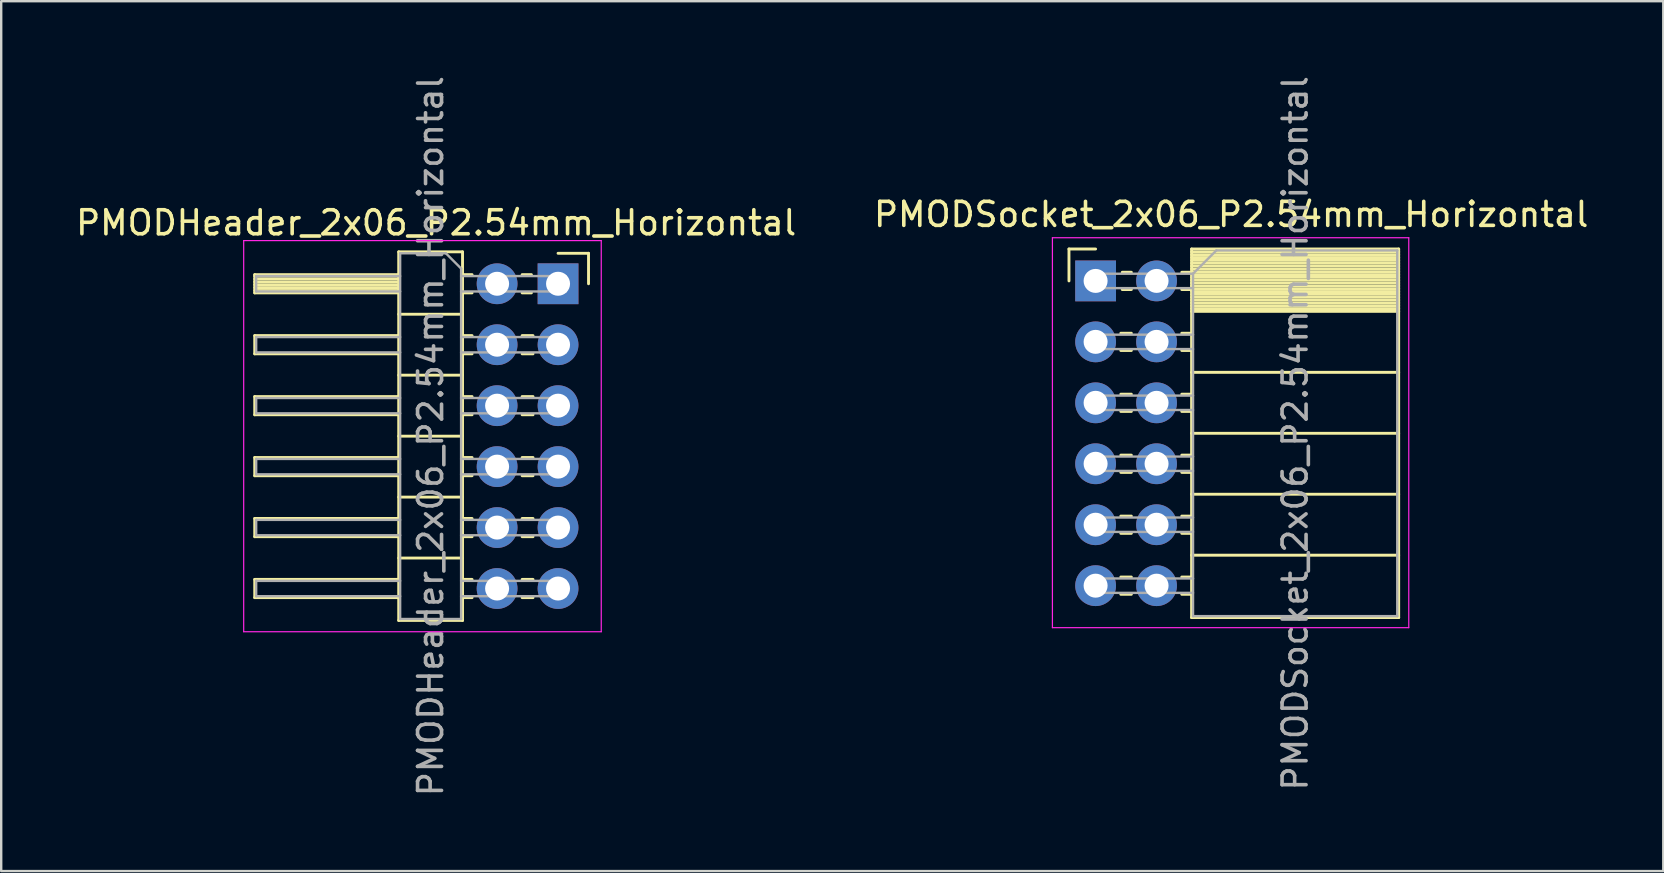
<source format=kicad_pcb>
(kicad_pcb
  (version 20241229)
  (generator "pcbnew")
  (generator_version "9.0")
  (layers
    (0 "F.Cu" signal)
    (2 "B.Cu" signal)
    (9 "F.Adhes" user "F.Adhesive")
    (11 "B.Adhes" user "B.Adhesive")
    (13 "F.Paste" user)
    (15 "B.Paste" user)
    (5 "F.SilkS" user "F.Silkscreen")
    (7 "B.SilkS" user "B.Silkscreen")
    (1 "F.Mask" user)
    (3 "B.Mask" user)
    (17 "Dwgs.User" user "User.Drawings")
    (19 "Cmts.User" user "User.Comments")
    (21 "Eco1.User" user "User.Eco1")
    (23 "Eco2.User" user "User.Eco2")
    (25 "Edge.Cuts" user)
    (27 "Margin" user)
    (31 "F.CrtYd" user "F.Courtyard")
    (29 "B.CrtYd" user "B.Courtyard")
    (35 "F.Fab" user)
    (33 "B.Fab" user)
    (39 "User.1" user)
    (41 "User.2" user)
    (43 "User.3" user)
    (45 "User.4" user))
  (footprint "PMODSocket_2x06_P2.54mm_Horizontal"
    (layer "F.Cu")
    (at 42.606 8.656)
    (property "Reference" "PMODSocket_2x06_P2.54mm_Horizontal" (at 5.65 -2.77 0) (layer "F.SilkS") (effects (font (size 1 1) (thickness 0.15))))
    (attr through_hole)
    (fp_line (start -1.11 -1.33) (end -1.11 0) (stroke (width 0.12) (type solid)) (layer "F.SilkS"))
    (fp_line (start 0 -1.33) (end -1.11 -1.33) (stroke (width 0.12) (type solid)) (layer "F.SilkS"))
    (fp_line (start 1.49 -0.36) (end 1.11 -0.36) (stroke (width 0.12) (type solid)) (layer "F.SilkS"))
    (fp_line (start 1.49 0.36) (end 1.11 0.36) (stroke (width 0.12) (type solid)) (layer "F.SilkS"))
    (fp_line (start 1.49 2.18) (end 1.05 2.18) (stroke (width 0.12) (type solid)) (layer "F.SilkS"))
    (fp_line (start 1.49 2.9) (end 1.05 2.9) (stroke (width 0.12) (type solid)) (layer "F.SilkS"))
    (fp_line (start 1.49 4.72) (end 1.05 4.72) (stroke (width 0.12) (type solid)) (layer "F.SilkS"))
    (fp_line (start 1.49 5.44) (end 1.05 5.44) (stroke (width 0.12) (type solid)) (layer "F.SilkS"))
    (fp_line (start 1.49 7.26) (end 1.05 7.26) (stroke (width 0.12) (type solid)) (layer "F.SilkS"))
    (fp_line (start 1.49 7.98) (end 1.05 7.98) (stroke (width 0.12) (type solid)) (layer "F.SilkS"))
    (fp_line (start 1.49 9.8) (end 1.05 9.8) (stroke (width 0.12) (type solid)) (layer "F.SilkS"))
    (fp_line (start 1.49 10.52) (end 1.05 10.52) (stroke (width 0.12) (type solid)) (layer "F.SilkS"))
    (fp_line (start 1.49 12.34) (end 1.05 12.34) (stroke (width 0.12) (type solid)) (layer "F.SilkS"))
    (fp_line (start 1.49 13.06) (end 1.05 13.06) (stroke (width 0.12) (type solid)) (layer "F.SilkS"))
    (fp_line (start 4 -1.33) (end 4 14.03) (stroke (width 0.12) (type solid)) (layer "F.SilkS"))
    (fp_line (start 4 -0.36) (end 3.59 -0.36) (stroke (width 0.12) (type solid)) (layer "F.SilkS"))
    (fp_line (start 4 0.36) (end 3.59 0.36) (stroke (width 0.12) (type solid)) (layer "F.SilkS"))
    (fp_line (start 4 2.18) (end 3.59 2.18) (stroke (width 0.12) (type solid)) (layer "F.SilkS"))
    (fp_line (start 4 2.9) (end 3.59 2.9) (stroke (width 0.12) (type solid)) (layer "F.SilkS"))
    (fp_line (start 4 4.72) (end 3.59 4.72) (stroke (width 0.12) (type solid)) (layer "F.SilkS"))
    (fp_line (start 4 5.44) (end 3.59 5.44) (stroke (width 0.12) (type solid)) (layer "F.SilkS"))
    (fp_line (start 4 7.26) (end 3.59 7.26) (stroke (width 0.12) (type solid)) (layer "F.SilkS"))
    (fp_line (start 4 7.98) (end 3.59 7.98) (stroke (width 0.12) (type solid)) (layer "F.SilkS"))
    (fp_line (start 4 9.8) (end 3.59 9.8) (stroke (width 0.12) (type solid)) (layer "F.SilkS"))
    (fp_line (start 4 10.52) (end 3.59 10.52) (stroke (width 0.12) (type solid)) (layer "F.SilkS"))
    (fp_line (start 4 12.34) (end 3.59 12.34) (stroke (width 0.12) (type solid)) (layer "F.SilkS"))
    (fp_line (start 4 13.06) (end 3.59 13.06) (stroke (width 0.12) (type solid)) (layer "F.SilkS"))
    (fp_line (start 12.63 -1.33) (end 4 -1.33) (stroke (width 0.12) (type solid)) (layer "F.SilkS"))
    (fp_line (start 12.63 -1.33) (end 12.63 14.03) (stroke (width 0.12) (type solid)) (layer "F.SilkS"))
    (fp_line (start 12.63 -1.21) (end 4 -1.21) (stroke (width 0.12) (type solid)) (layer "F.SilkS"))
    (fp_line (start 12.63 -1.092) (end 4 -1.092) (stroke (width 0.12) (type solid)) (layer "F.SilkS"))
    (fp_line (start 12.63 -0.974) (end 4 -0.974) (stroke (width 0.12) (type solid)) (layer "F.SilkS"))
    (fp_line (start 12.63 -0.856) (end 4 -0.856) (stroke (width 0.12) (type solid)) (layer "F.SilkS"))
    (fp_line (start 12.63 -0.738) (end 4 -0.738) (stroke (width 0.12) (type solid)) (layer "F.SilkS"))
    (fp_line (start 12.63 -0.62) (end 4 -0.62) (stroke (width 0.12) (type solid)) (layer "F.SilkS"))
    (fp_line (start 12.63 -0.501) (end 4 -0.501) (stroke (width 0.12) (type solid)) (layer "F.SilkS"))
    (fp_line (start 12.63 -0.383) (end 4 -0.383) (stroke (width 0.12) (type solid)) (layer "F.SilkS"))
    (fp_line (start 12.63 -0.265) (end 4 -0.265) (stroke (width 0.12) (type solid)) (layer "F.SilkS"))
    (fp_line (start 12.63 -0.147) (end 4 -0.147) (stroke (width 0.12) (type solid)) (layer "F.SilkS"))
    (fp_line (start 12.63 -0.029) (end 4 -0.029) (stroke (width 0.12) (type solid)) (layer "F.SilkS"))
    (fp_line (start 12.63 0.089) (end 4 0.089) (stroke (width 0.12) (type solid)) (layer "F.SilkS"))
    (fp_line (start 12.63 0.207) (end 4 0.207) (stroke (width 0.12) (type solid)) (layer "F.SilkS"))
    (fp_line (start 12.63 0.325) (end 4 0.325) (stroke (width 0.12) (type solid)) (layer "F.SilkS"))
    (fp_line (start 12.63 0.443) (end 4 0.443) (stroke (width 0.12) (type solid)) (layer "F.SilkS"))
    (fp_line (start 12.63 0.561) (end 4 0.561) (stroke (width 0.12) (type solid)) (layer "F.SilkS"))
    (fp_line (start 12.63 0.68) (end 4 0.68) (stroke (width 0.12) (type solid)) (layer "F.SilkS"))
    (fp_line (start 12.63 0.798) (end 4 0.798) (stroke (width 0.12) (type solid)) (layer "F.SilkS"))
    (fp_line (start 12.63 0.916) (end 4 0.916) (stroke (width 0.12) (type solid)) (layer "F.SilkS"))
    (fp_line (start 12.63 1.034) (end 4 1.034) (stroke (width 0.12) (type solid)) (layer "F.SilkS"))
    (fp_line (start 12.63 1.152) (end 4 1.152) (stroke (width 0.12) (type solid)) (layer "F.SilkS"))
    (fp_line (start 12.63 1.27) (end 4 1.27) (stroke (width 0.12) (type solid)) (layer "F.SilkS"))
    (fp_line (start 12.63 3.81) (end 4 3.81) (stroke (width 0.12) (type solid)) (layer "F.SilkS"))
    (fp_line (start 12.63 6.35) (end 4 6.35) (stroke (width 0.12) (type solid)) (layer "F.SilkS"))
    (fp_line (start 12.63 8.89) (end 4 8.89) (stroke (width 0.12) (type solid)) (layer "F.SilkS"))
    (fp_line (start 12.63 11.43) (end 4 11.43) (stroke (width 0.12) (type solid)) (layer "F.SilkS"))
    (fp_line (start 12.63 14.03) (end 4 14.03) (stroke (width 0.12) (type solid)) (layer "F.SilkS"))
    (fp_line (start -1.8 -1.8) (end 13.05 -1.8) (stroke (width 0.05) (type solid)) (layer "F.CrtYd"))
    (fp_line (start -1.8 14.45) (end -1.8 -1.8) (stroke (width 0.05) (type solid)) (layer "F.CrtYd"))
    (fp_line (start 13.05 -1.8) (end 13.05 14.45) (stroke (width 0.05) (type solid)) (layer "F.CrtYd"))
    (fp_line (start 13.05 14.45) (end -1.8 14.45) (stroke (width 0.05) (type solid)) (layer "F.CrtYd"))
    (fp_line (start 0 -0.3) (end 4.06 -0.3) (stroke (width 0.1) (type solid)) (layer "F.Fab"))
    (fp_line (start 0 0.3) (end 0 -0.3) (stroke (width 0.1) (type solid)) (layer "F.Fab"))
    (fp_line (start 0 2.24) (end 4.06 2.24) (stroke (width 0.1) (type solid)) (layer "F.Fab"))
    (fp_line (start 0 2.84) (end 0 2.24) (stroke (width 0.1) (type solid)) (layer "F.Fab"))
    (fp_line (start 0 4.78) (end 4.06 4.78) (stroke (width 0.1) (type solid)) (layer "F.Fab"))
    (fp_line (start 0 5.38) (end 0 4.78) (stroke (width 0.1) (type solid)) (layer "F.Fab"))
    (fp_line (start 0 7.32) (end 4.06 7.32) (stroke (width 0.1) (type solid)) (layer "F.Fab"))
    (fp_line (start 0 7.92) (end 0 7.32) (stroke (width 0.1) (type solid)) (layer "F.Fab"))
    (fp_line (start 0 9.86) (end 4.06 9.86) (stroke (width 0.1) (type solid)) (layer "F.Fab"))
    (fp_line (start 0 10.46) (end 0 9.86) (stroke (width 0.1) (type solid)) (layer "F.Fab"))
    (fp_line (start 0 12.4) (end 4.06 12.4) (stroke (width 0.1) (type solid)) (layer "F.Fab"))
    (fp_line (start 0 13) (end 0 12.4) (stroke (width 0.1) (type solid)) (layer "F.Fab"))
    (fp_line (start 4.06 -0.3) (end 4.06 13.97) (stroke (width 0.1) (type solid)) (layer "F.Fab"))
    (fp_line (start 4.06 0.3) (end 0 0.3) (stroke (width 0.1) (type solid)) (layer "F.Fab"))
    (fp_line (start 4.06 2.84) (end 0 2.84) (stroke (width 0.1) (type solid)) (layer "F.Fab"))
    (fp_line (start 4.06 5.38) (end 0 5.38) (stroke (width 0.1) (type solid)) (layer "F.Fab"))
    (fp_line (start 4.06 7.92) (end 0 7.92) (stroke (width 0.1) (type solid)) (layer "F.Fab"))
    (fp_line (start 4.06 10.46) (end 0 10.46) (stroke (width 0.1) (type solid)) (layer "F.Fab"))
    (fp_line (start 4.06 13) (end 0 13) (stroke (width 0.1) (type solid)) (layer "F.Fab"))
    (fp_line (start 4.06 13.97) (end 12.57 13.97) (stroke (width 0.1) (type solid)) (layer "F.Fab"))
    (fp_line (start 5.03 -1.27) (end 4.06 -0.3) (stroke (width 0.1) (type solid)) (layer "F.Fab"))
    (fp_line (start 12.57 -1.27) (end 5.03 -1.27) (stroke (width 0.1) (type solid)) (layer "F.Fab"))
    (fp_line (start 12.57 13.97) (end 12.57 -1.27) (stroke (width 0.1) (type solid)) (layer "F.Fab"))
    (fp_text user "${REFERENCE}" (at 8.315 6.35 90) (layer "F.Fab") (effects (font (size 1 1) (thickness 0.15))))
    (pad "1" thru_hole rect (at 0 0) (size 1.7 1.7) (drill 1) (layers "*.Cu" "*.Mask"))
    (pad "2" thru_hole oval (at 0 2.54) (size 1.7 1.7) (drill 1) (layers "*.Cu" "*.Mask"))
    (pad "3" thru_hole oval (at 0 5.08) (size 1.7 1.7) (drill 1) (layers "*.Cu" "*.Mask"))
    (pad "4" thru_hole oval (at 0 7.62) (size 1.7 1.7) (drill 1) (layers "*.Cu" "*.Mask"))
    (pad "5" thru_hole oval (at 0 10.16) (size 1.7 1.7) (drill 1) (layers "*.Cu" "*.Mask"))
    (pad "6" thru_hole oval (at 0 12.7) (size 1.7 1.7) (drill 1) (layers "*.Cu" "*.Mask"))
    (pad "7" thru_hole oval (at 2.54 0) (size 1.7 1.7) (drill 1) (layers "*.Cu" "*.Mask"))
    (pad "8" thru_hole oval (at 2.54 2.54) (size 1.7 1.7) (drill 1) (layers "*.Cu" "*.Mask"))
    (pad "9" thru_hole oval (at 2.54 5.08) (size 1.7 1.7) (drill 1) (layers "*.Cu" "*.Mask"))
    (pad "10" thru_hole oval (at 2.54 7.62) (size 1.7 1.7) (drill 1) (layers "*.Cu" "*.Mask"))
    (pad "11" thru_hole oval (at 2.54 10.16) (size 1.7 1.7) (drill 1) (layers "*.Cu" "*.Mask"))
    (pad "12" thru_hole oval (at 2.54 12.7) (size 1.7 1.7) (drill 1) (layers "*.Cu" "*.Mask")))
  (footprint "PMODHeader_2x06_P2.54mm_Horizontal"
    (layer "F.Cu")
    (at 20.205 8.775)
    (property "Reference" "PMODHeader_2x06_P2.54mm_Horizontal" (at -5.08 -2.54 0) (layer "F.SilkS") (effects (font (size 1 1) (thickness 0.15))))
    (attr through_hole)
    (fp_line (start -12.64 -0.38) (end -12.64 0.38) (stroke (width 0.12) (type solid)) (layer "F.SilkS"))
    (fp_line (start -12.64 0.38) (end -6.64 0.38) (stroke (width 0.12) (type solid)) (layer "F.SilkS"))
    (fp_line (start -12.64 2.16) (end -12.64 2.92) (stroke (width 0.12) (type solid)) (layer "F.SilkS"))
    (fp_line (start -12.64 2.92) (end -6.64 2.92) (stroke (width 0.12) (type solid)) (layer "F.SilkS"))
    (fp_line (start -12.64 4.7) (end -12.64 5.46) (stroke (width 0.12) (type solid)) (layer "F.SilkS"))
    (fp_line (start -12.64 5.46) (end -6.64 5.46) (stroke (width 0.12) (type solid)) (layer "F.SilkS"))
    (fp_line (start -12.64 7.24) (end -12.64 8) (stroke (width 0.12) (type solid)) (layer "F.SilkS"))
    (fp_line (start -12.64 8) (end -6.64 8) (stroke (width 0.12) (type solid)) (layer "F.SilkS"))
    (fp_line (start -12.64 9.78) (end -12.64 10.54) (stroke (width 0.12) (type solid)) (layer "F.SilkS"))
    (fp_line (start -12.64 10.54) (end -6.64 10.54) (stroke (width 0.12) (type solid)) (layer "F.SilkS"))
    (fp_line (start -12.64 12.32) (end -12.64 13.08) (stroke (width 0.12) (type solid)) (layer "F.SilkS"))
    (fp_line (start -12.64 13.08) (end -6.64 13.08) (stroke (width 0.12) (type solid)) (layer "F.SilkS"))
    (fp_line (start -6.64 -1.33) (end -3.98 -1.33) (stroke (width 0.12) (type solid)) (layer "F.SilkS"))
    (fp_line (start -6.64 -0.38) (end -12.64 -0.38) (stroke (width 0.12) (type solid)) (layer "F.SilkS"))
    (fp_line (start -6.64 -0.32) (end -12.64 -0.32) (stroke (width 0.12) (type solid)) (layer "F.SilkS"))
    (fp_line (start -6.64 -0.2) (end -12.64 -0.2) (stroke (width 0.12) (type solid)) (layer "F.SilkS"))
    (fp_line (start -6.64 -0.08) (end -12.64 -0.08) (stroke (width 0.12) (type solid)) (layer "F.SilkS"))
    (fp_line (start -6.64 0.04) (end -12.64 0.04) (stroke (width 0.12) (type solid)) (layer "F.SilkS"))
    (fp_line (start -6.64 0.16) (end -12.64 0.16) (stroke (width 0.12) (type solid)) (layer "F.SilkS"))
    (fp_line (start -6.64 0.28) (end -12.64 0.28) (stroke (width 0.12) (type solid)) (layer "F.SilkS"))
    (fp_line (start -6.64 2.16) (end -12.64 2.16) (stroke (width 0.12) (type solid)) (layer "F.SilkS"))
    (fp_line (start -6.64 4.7) (end -12.64 4.7) (stroke (width 0.12) (type solid)) (layer "F.SilkS"))
    (fp_line (start -6.64 7.24) (end -12.64 7.24) (stroke (width 0.12) (type solid)) (layer "F.SilkS"))
    (fp_line (start -6.64 9.78) (end -12.64 9.78) (stroke (width 0.12) (type solid)) (layer "F.SilkS"))
    (fp_line (start -6.64 12.32) (end -12.64 12.32) (stroke (width 0.12) (type solid)) (layer "F.SilkS"))
    (fp_line (start -6.64 14.03) (end -6.64 -1.33) (stroke (width 0.12) (type solid)) (layer "F.SilkS"))
    (fp_line (start -3.98 -1.33) (end -3.98 14.03) (stroke (width 0.12) (type solid)) (layer "F.SilkS"))
    (fp_line (start -3.98 1.27) (end -6.64 1.27) (stroke (width 0.12) (type solid)) (layer "F.SilkS"))
    (fp_line (start -3.98 3.81) (end -6.64 3.81) (stroke (width 0.12) (type solid)) (layer "F.SilkS"))
    (fp_line (start -3.98 6.35) (end -6.64 6.35) (stroke (width 0.12) (type solid)) (layer "F.SilkS"))
    (fp_line (start -3.98 8.89) (end -6.64 8.89) (stroke (width 0.12) (type solid)) (layer "F.SilkS"))
    (fp_line (start -3.98 11.43) (end -6.64 11.43) (stroke (width 0.12) (type solid)) (layer "F.SilkS"))
    (fp_line (start -3.98 14.03) (end -6.64 14.03) (stroke (width 0.12) (type solid)) (layer "F.SilkS"))
    (fp_line (start -3.583 -0.38) (end -3.98 -0.38) (stroke (width 0.12) (type solid)) (layer "F.SilkS"))
    (fp_line (start -3.583 0.38) (end -3.98 0.38) (stroke (width 0.12) (type solid)) (layer "F.SilkS"))
    (fp_line (start -3.583 2.16) (end -3.98 2.16) (stroke (width 0.12) (type solid)) (layer "F.SilkS"))
    (fp_line (start -3.583 2.92) (end -3.98 2.92) (stroke (width 0.12) (type solid)) (layer "F.SilkS"))
    (fp_line (start -3.583 4.7) (end -3.98 4.7) (stroke (width 0.12) (type solid)) (layer "F.SilkS"))
    (fp_line (start -3.583 5.46) (end -3.98 5.46) (stroke (width 0.12) (type solid)) (layer "F.SilkS"))
    (fp_line (start -3.583 7.24) (end -3.98 7.24) (stroke (width 0.12) (type solid)) (layer "F.SilkS"))
    (fp_line (start -3.583 8) (end -3.98 8) (stroke (width 0.12) (type solid)) (layer "F.SilkS"))
    (fp_line (start -3.583 9.78) (end -3.98 9.78) (stroke (width 0.12) (type solid)) (layer "F.SilkS"))
    (fp_line (start -3.583 10.54) (end -3.98 10.54) (stroke (width 0.12) (type solid)) (layer "F.SilkS"))
    (fp_line (start -3.583 12.32) (end -3.98 12.32) (stroke (width 0.12) (type solid)) (layer "F.SilkS"))
    (fp_line (start -3.583 13.08) (end -3.98 13.08) (stroke (width 0.12) (type solid)) (layer "F.SilkS"))
    (fp_line (start -1.11 -0.38) (end -1.497 -0.38) (stroke (width 0.12) (type solid)) (layer "F.SilkS"))
    (fp_line (start -1.11 0.38) (end -1.497 0.38) (stroke (width 0.12) (type solid)) (layer "F.SilkS"))
    (fp_line (start -1.043 2.16) (end -1.497 2.16) (stroke (width 0.12) (type solid)) (layer "F.SilkS"))
    (fp_line (start -1.043 2.92) (end -1.497 2.92) (stroke (width 0.12) (type solid)) (layer "F.SilkS"))
    (fp_line (start -1.043 4.7) (end -1.497 4.7) (stroke (width 0.12) (type solid)) (layer "F.SilkS"))
    (fp_line (start -1.043 5.46) (end -1.497 5.46) (stroke (width 0.12) (type solid)) (layer "F.SilkS"))
    (fp_line (start -1.043 7.24) (end -1.497 7.24) (stroke (width 0.12) (type solid)) (layer "F.SilkS"))
    (fp_line (start -1.043 8) (end -1.497 8) (stroke (width 0.12) (type solid)) (layer "F.SilkS"))
    (fp_line (start -1.043 9.78) (end -1.497 9.78) (stroke (width 0.12) (type solid)) (layer "F.SilkS"))
    (fp_line (start -1.043 10.54) (end -1.497 10.54) (stroke (width 0.12) (type solid)) (layer "F.SilkS"))
    (fp_line (start -1.043 12.32) (end -1.497 12.32) (stroke (width 0.12) (type solid)) (layer "F.SilkS"))
    (fp_line (start -1.043 13.08) (end -1.497 13.08) (stroke (width 0.12) (type solid)) (layer "F.SilkS"))
    (fp_line (start 1.27 -1.27) (end 0 -1.27) (stroke (width 0.12) (type solid)) (layer "F.SilkS"))
    (fp_line (start 1.27 0) (end 1.27 -1.27) (stroke (width 0.12) (type solid)) (layer "F.SilkS"))
    (fp_line (start -13.1 -1.8) (end 1.8 -1.8) (stroke (width 0.05) (type solid)) (layer "F.CrtYd"))
    (fp_line (start -13.1 14.5) (end -13.1 -1.8) (stroke (width 0.05) (type solid)) (layer "F.CrtYd"))
    (fp_line (start 1.8 -1.8) (end 1.8 14.5) (stroke (width 0.05) (type solid)) (layer "F.CrtYd"))
    (fp_line (start 1.8 14.5) (end -13.1 14.5) (stroke (width 0.05) (type solid)) (layer "F.CrtYd"))
    (fp_line (start -12.58 -0.32) (end -12.58 0.32) (stroke (width 0.1) (type solid)) (layer "F.Fab"))
    (fp_line (start -12.58 2.22) (end -12.58 2.86) (stroke (width 0.1) (type solid)) (layer "F.Fab"))
    (fp_line (start -12.58 4.76) (end -12.58 5.4) (stroke (width 0.1) (type solid)) (layer "F.Fab"))
    (fp_line (start -12.58 7.3) (end -12.58 7.94) (stroke (width 0.1) (type solid)) (layer "F.Fab"))
    (fp_line (start -12.58 9.84) (end -12.58 10.48) (stroke (width 0.1) (type solid)) (layer "F.Fab"))
    (fp_line (start -12.58 12.38) (end -12.58 13.02) (stroke (width 0.1) (type solid)) (layer "F.Fab"))
    (fp_line (start -6.58 -1.27) (end -6.58 13.97) (stroke (width 0.1) (type solid)) (layer "F.Fab"))
    (fp_line (start -6.58 -0.32) (end -12.58 -0.32) (stroke (width 0.1) (type solid)) (layer "F.Fab"))
    (fp_line (start -6.58 0.32) (end -12.58 0.32) (stroke (width 0.1) (type solid)) (layer "F.Fab"))
    (fp_line (start -6.58 2.22) (end -12.58 2.22) (stroke (width 0.1) (type solid)) (layer "F.Fab"))
    (fp_line (start -6.58 2.86) (end -12.58 2.86) (stroke (width 0.1) (type solid)) (layer "F.Fab"))
    (fp_line (start -6.58 4.76) (end -12.58 4.76) (stroke (width 0.1) (type solid)) (layer "F.Fab"))
    (fp_line (start -6.58 5.4) (end -12.58 5.4) (stroke (width 0.1) (type solid)) (layer "F.Fab"))
    (fp_line (start -6.58 7.3) (end -12.58 7.3) (stroke (width 0.1) (type solid)) (layer "F.Fab"))
    (fp_line (start -6.58 7.94) (end -12.58 7.94) (stroke (width 0.1) (type solid)) (layer "F.Fab"))
    (fp_line (start -6.58 9.84) (end -12.58 9.84) (stroke (width 0.1) (type solid)) (layer "F.Fab"))
    (fp_line (start -6.58 10.48) (end -12.58 10.48) (stroke (width 0.1) (type solid)) (layer "F.Fab"))
    (fp_line (start -6.58 12.38) (end -12.58 12.38) (stroke (width 0.1) (type solid)) (layer "F.Fab"))
    (fp_line (start -6.58 13.02) (end -12.58 13.02) (stroke (width 0.1) (type solid)) (layer "F.Fab"))
    (fp_line (start -6.58 13.97) (end -4.04 13.97) (stroke (width 0.1) (type solid)) (layer "F.Fab"))
    (fp_line (start -4.675 -1.27) (end -6.58 -1.27) (stroke (width 0.1) (type solid)) (layer "F.Fab"))
    (fp_line (start -4.04 -0.635) (end -4.675 -1.27) (stroke (width 0.1) (type solid)) (layer "F.Fab"))
    (fp_line (start -4.04 13.97) (end -4.04 -0.635) (stroke (width 0.1) (type solid)) (layer "F.Fab"))
    (fp_line (start 0.32 -0.32) (end -4.04 -0.32) (stroke (width 0.1) (type solid)) (layer "F.Fab"))
    (fp_line (start 0.32 -0.32) (end 0.32 0.32) (stroke (width 0.1) (type solid)) (layer "F.Fab"))
    (fp_line (start 0.32 0.32) (end -4.04 0.32) (stroke (width 0.1) (type solid)) (layer "F.Fab"))
    (fp_line (start 0.32 2.22) (end -4.04 2.22) (stroke (width 0.1) (type solid)) (layer "F.Fab"))
    (fp_line (start 0.32 2.22) (end 0.32 2.86) (stroke (width 0.1) (type solid)) (layer "F.Fab"))
    (fp_line (start 0.32 2.86) (end -4.04 2.86) (stroke (width 0.1) (type solid)) (layer "F.Fab"))
    (fp_line (start 0.32 4.76) (end -4.04 4.76) (stroke (width 0.1) (type solid)) (layer "F.Fab"))
    (fp_line (start 0.32 4.76) (end 0.32 5.4) (stroke (width 0.1) (type solid)) (layer "F.Fab"))
    (fp_line (start 0.32 5.4) (end -4.04 5.4) (stroke (width 0.1) (type solid)) (layer "F.Fab"))
    (fp_line (start 0.32 7.3) (end -4.04 7.3) (stroke (width 0.1) (type solid)) (layer "F.Fab"))
    (fp_line (start 0.32 7.3) (end 0.32 7.94) (stroke (width 0.1) (type solid)) (layer "F.Fab"))
    (fp_line (start 0.32 7.94) (end -4.04 7.94) (stroke (width 0.1) (type solid)) (layer "F.Fab"))
    (fp_line (start 0.32 9.84) (end -4.04 9.84) (stroke (width 0.1) (type solid)) (layer "F.Fab"))
    (fp_line (start 0.32 9.84) (end 0.32 10.48) (stroke (width 0.1) (type solid)) (layer "F.Fab"))
    (fp_line (start 0.32 10.48) (end -4.04 10.48) (stroke (width 0.1) (type solid)) (layer "F.Fab"))
    (fp_line (start 0.32 12.38) (end -4.04 12.38) (stroke (width 0.1) (type solid)) (layer "F.Fab"))
    (fp_line (start 0.32 12.38) (end 0.32 13.02) (stroke (width 0.1) (type solid)) (layer "F.Fab"))
    (fp_line (start 0.32 13.02) (end -4.04 13.02) (stroke (width 0.1) (type solid)) (layer "F.Fab"))
    (fp_text user "${REFERENCE}" (at -5.31 6.35 90) (layer "F.Fab") (effects (font (size 1 1) (thickness 0.15))))
    (pad "1" thru_hole rect (at 0 0) (size 1.7 1.7) (drill 1) (layers "*.Cu" "*.Mask"))
    (pad "2" thru_hole oval (at 0 2.54) (size 1.7 1.7) (drill 1) (layers "*.Cu" "*.Mask"))
    (pad "3" thru_hole oval (at 0 5.08) (size 1.7 1.7) (drill 1) (layers "*.Cu" "*.Mask"))
    (pad "4" thru_hole oval (at 0 7.62) (size 1.7 1.7) (drill 1) (layers "*.Cu" "*.Mask"))
    (pad "5" thru_hole oval (at 0 10.16) (size 1.7 1.7) (drill 1) (layers "*.Cu" "*.Mask"))
    (pad "6" thru_hole oval (at 0 12.7) (size 1.7 1.7) (drill 1) (layers "*.Cu" "*.Mask"))
    (pad "7" thru_hole oval (at -2.54 0) (size 1.7 1.7) (drill 1) (layers "*.Cu" "*.Mask"))
    (pad "8" thru_hole oval (at -2.54 2.54) (size 1.7 1.7) (drill 1) (layers "*.Cu" "*.Mask"))
    (pad "9" thru_hole oval (at -2.54 5.08) (size 1.7 1.7) (drill 1) (layers "*.Cu" "*.Mask"))
    (pad "10" thru_hole oval (at -2.54 7.62) (size 1.7 1.7) (drill 1) (layers "*.Cu" "*.Mask"))
    (pad "11" thru_hole oval (at -2.54 10.16) (size 1.7 1.7) (drill 1) (layers "*.Cu" "*.Mask"))
    (pad "12" thru_hole oval (at -2.54 12.7) (size 1.7 1.7) (drill 1) (layers "*.Cu" "*.Mask")))
  (gr_rect
    (start -3 -3)
    (end 66.262 33.25)
    (stroke (width 0.1) (type default))
    (fill no)
    (layer "Edge.Cuts")))
</source>
